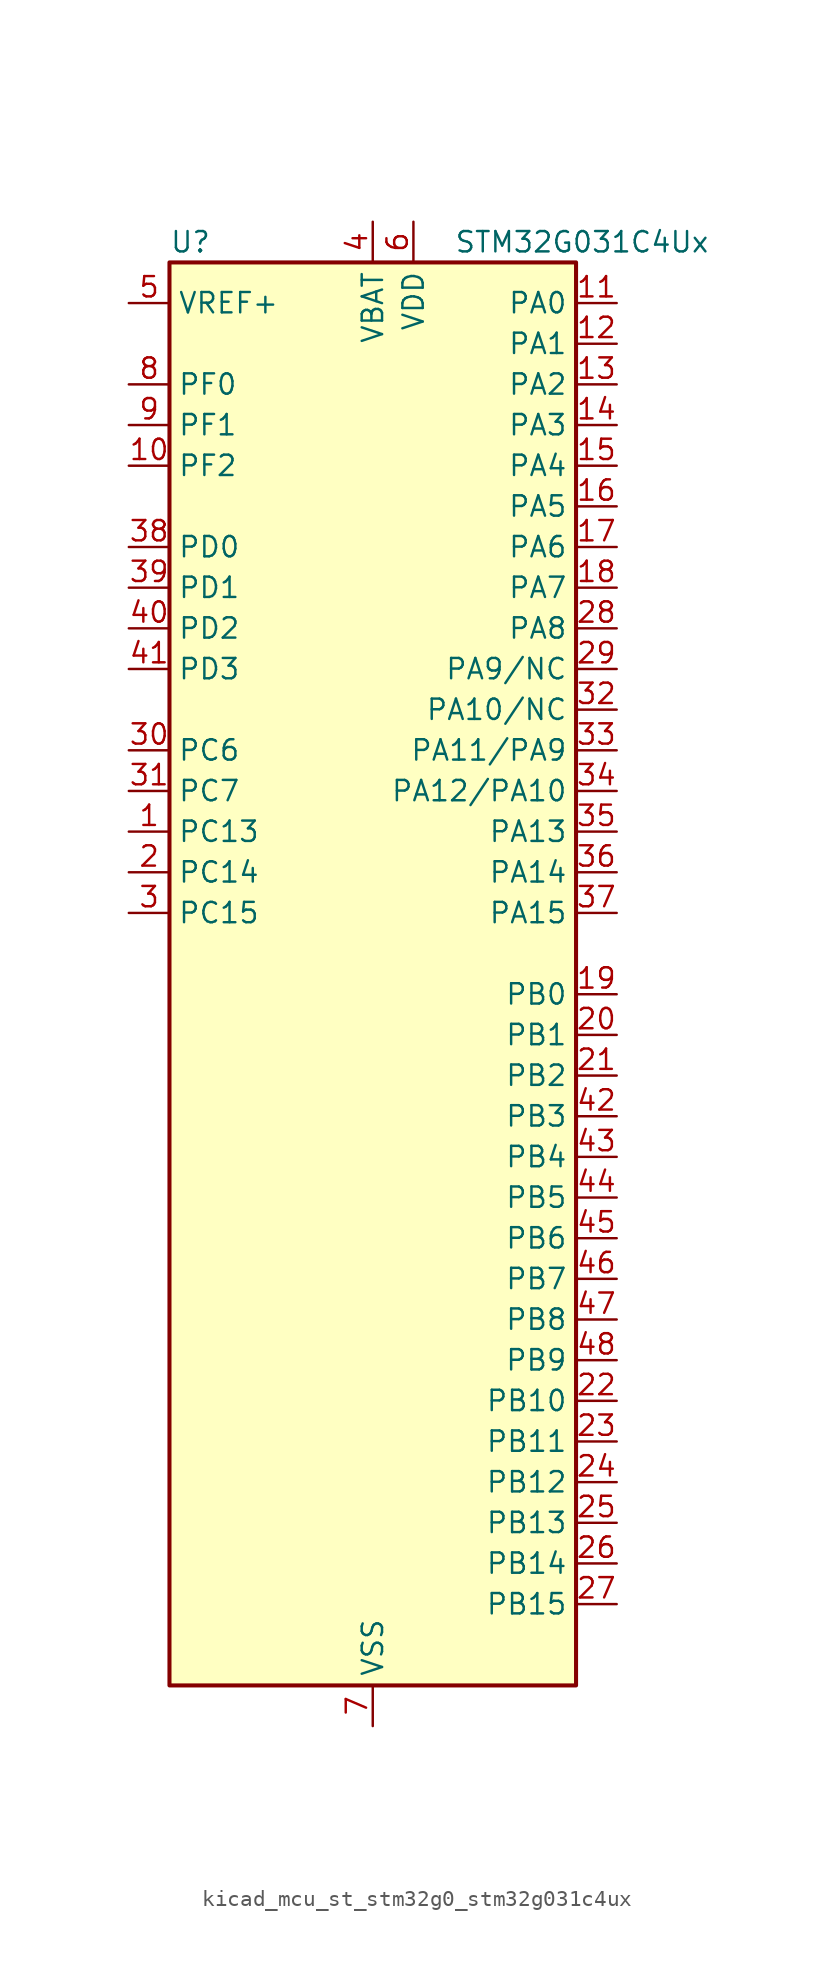
<source format=kicad_sym>
(kicad_symbol_lib
  (version 20220914)
  (generator kicad_symbol_editor)
  (symbol "kicad_mcu_st_stm32g0_stm32g031c4ux"
    (property "Reference" "U"
      (at -12.7 46.99 0)
      (effects (font (size 1.27 1.27)) (justify left)))
    (property "Value" "STM32G031C4Ux"
      (at 5.08 46.99 0)
      (effects (font (size 1.27 1.27)) (justify left)))
    (property "ki_locked" ""
      (at 0 0 0)
      (effects (font (size 1.27 1.27))))
    (symbol "kicad_mcu_st_stm32g0_stm32g031c4ux_0_1"
      (rectangle (start -12.7 -43.18) (end 12.7 45.72) (stroke (width 0.254) (type default)) (fill (type background))))
    (symbol "kicad_mcu_st_stm32g0_stm32g031c4ux_1_1"
      (pin bidirectional line (at -15.24 10.16 0) (length 2.54) (name "PC13" (effects (font (size 1.27 1.27)))) (number "1" (effects (font (size 1.27 1.27)))) (alternate "RTC_OUT_ALARM" bidirectional line) (alternate "RTC_OUT_CALIB" bidirectional line) (alternate "RTC_TAMP_IN1" bidirectional line) (alternate "RTC_TS" bidirectional line) (alternate "SYS_WKUP2" bidirectional line) (alternate "TIM1_BK" bidirectional line))
      (pin bidirectional line (at -15.24 33.02 0) (length 2.54) (name "PF2" (effects (font (size 1.27 1.27)))) (number "10" (effects (font (size 1.27 1.27)))) (alternate "RCC_MCO" bidirectional line))
      (pin bidirectional line (at 15.24 43.18 180) (length 2.54) (name "PA0" (effects (font (size 1.27 1.27)))) (number "11" (effects (font (size 1.27 1.27)))) (alternate "ADC1_IN0" bidirectional line) (alternate "LPTIM1_OUT" bidirectional line) (alternate "RTC_TAMP_IN2" bidirectional line) (alternate "SPI2_SCK" bidirectional line) (alternate "SYS_WKUP1" bidirectional line) (alternate "TIM2_CH1" bidirectional line) (alternate "TIM2_ETR" bidirectional line) (alternate "USART2_CTS" bidirectional line) (alternate "USART2_NSS" bidirectional line))
      (pin bidirectional line (at 15.24 40.64 180) (length 2.54) (name "PA1" (effects (font (size 1.27 1.27)))) (number "12" (effects (font (size 1.27 1.27)))) (alternate "ADC1_IN1" bidirectional line) (alternate "I2C1_SMBA" bidirectional line) (alternate "I2S1_CK" bidirectional line) (alternate "SPI1_SCK" bidirectional line) (alternate "TIM2_CH2" bidirectional line) (alternate "USART2_CK" bidirectional line) (alternate "USART2_DE" bidirectional line) (alternate "USART2_RTS" bidirectional line))
      (pin bidirectional line (at 15.24 38.1 180) (length 2.54) (name "PA2" (effects (font (size 1.27 1.27)))) (number "13" (effects (font (size 1.27 1.27)))) (alternate "ADC1_IN2" bidirectional line) (alternate "I2S1_SD" bidirectional line) (alternate "LPUART1_TX" bidirectional line) (alternate "RCC_LSCO" bidirectional line) (alternate "SPI1_MOSI" bidirectional line) (alternate "SYS_WKUP4" bidirectional line) (alternate "TIM2_CH3" bidirectional line) (alternate "USART2_TX" bidirectional line))
      (pin bidirectional line (at 15.24 35.56 180) (length 2.54) (name "PA3" (effects (font (size 1.27 1.27)))) (number "14" (effects (font (size 1.27 1.27)))) (alternate "ADC1_IN3" bidirectional line) (alternate "LPUART1_RX" bidirectional line) (alternate "SPI2_MISO" bidirectional line) (alternate "TIM2_CH4" bidirectional line) (alternate "USART2_RX" bidirectional line))
      (pin bidirectional line (at 15.24 33.02 180) (length 2.54) (name "PA4" (effects (font (size 1.27 1.27)))) (number "15" (effects (font (size 1.27 1.27)))) (alternate "ADC1_IN4" bidirectional line) (alternate "I2S1_WS" bidirectional line) (alternate "LPTIM2_OUT" bidirectional line) (alternate "RTC_OUT_ALARM" bidirectional line) (alternate "RTC_OUT_CALIB" bidirectional line) (alternate "SPI1_NSS" bidirectional line) (alternate "SPI2_MOSI" bidirectional line) (alternate "TIM14_CH1" bidirectional line))
      (pin bidirectional line (at 15.24 30.48 180) (length 2.54) (name "PA5" (effects (font (size 1.27 1.27)))) (number "16" (effects (font (size 1.27 1.27)))) (alternate "ADC1_IN5" bidirectional line) (alternate "I2S1_CK" bidirectional line) (alternate "LPTIM2_ETR" bidirectional line) (alternate "SPI1_SCK" bidirectional line) (alternate "TIM2_CH1" bidirectional line) (alternate "TIM2_ETR" bidirectional line))
      (pin bidirectional line (at 15.24 27.94 180) (length 2.54) (name "PA6" (effects (font (size 1.27 1.27)))) (number "17" (effects (font (size 1.27 1.27)))) (alternate "ADC1_IN6" bidirectional line) (alternate "I2S1_MCK" bidirectional line) (alternate "LPUART1_CTS" bidirectional line) (alternate "SPI1_MISO" bidirectional line) (alternate "TIM16_CH1" bidirectional line) (alternate "TIM1_BK" bidirectional line) (alternate "TIM3_CH1" bidirectional line))
      (pin bidirectional line (at 15.24 25.4 180) (length 2.54) (name "PA7" (effects (font (size 1.27 1.27)))) (number "18" (effects (font (size 1.27 1.27)))) (alternate "ADC1_IN7" bidirectional line) (alternate "I2S1_SD" bidirectional line) (alternate "SPI1_MOSI" bidirectional line) (alternate "TIM14_CH1" bidirectional line) (alternate "TIM17_CH1" bidirectional line) (alternate "TIM1_CH1N" bidirectional line) (alternate "TIM3_CH2" bidirectional line))
      (pin bidirectional line (at 15.24 0 180) (length 2.54) (name "PB0" (effects (font (size 1.27 1.27)))) (number "19" (effects (font (size 1.27 1.27)))) (alternate "ADC1_IN8" bidirectional line) (alternate "I2S1_WS" bidirectional line) (alternate "LPTIM1_OUT" bidirectional line) (alternate "SPI1_NSS" bidirectional line) (alternate "TIM1_CH2N" bidirectional line) (alternate "TIM3_CH3" bidirectional line))
      (pin bidirectional line (at -15.24 7.62 0) (length 2.54) (name "PC14" (effects (font (size 1.27 1.27)))) (number "2" (effects (font (size 1.27 1.27)))) (alternate "RCC_OSC32_IN" bidirectional line) (alternate "TIM1_BK2" bidirectional line))
      (pin bidirectional line (at 15.24 -2.54 180) (length 2.54) (name "PB1" (effects (font (size 1.27 1.27)))) (number "20" (effects (font (size 1.27 1.27)))) (alternate "ADC1_IN9" bidirectional line) (alternate "LPTIM2_IN1" bidirectional line) (alternate "LPUART1_DE" bidirectional line) (alternate "LPUART1_RTS" bidirectional line) (alternate "TIM14_CH1" bidirectional line) (alternate "TIM1_CH3N" bidirectional line) (alternate "TIM3_CH4" bidirectional line))
      (pin bidirectional line (at 15.24 -5.08 180) (length 2.54) (name "PB2" (effects (font (size 1.27 1.27)))) (number "21" (effects (font (size 1.27 1.27)))) (alternate "ADC1_IN10" bidirectional line) (alternate "LPTIM1_OUT" bidirectional line) (alternate "SPI2_MISO" bidirectional line))
      (pin bidirectional line (at 15.24 -25.4 180) (length 2.54) (name "PB10" (effects (font (size 1.27 1.27)))) (number "22" (effects (font (size 1.27 1.27)))) (alternate "ADC1_IN11" bidirectional line) (alternate "I2C2_SCL" bidirectional line) (alternate "LPUART1_RX" bidirectional line) (alternate "SPI2_SCK" bidirectional line) (alternate "TIM2_CH3" bidirectional line))
      (pin bidirectional line (at 15.24 -27.94 180) (length 2.54) (name "PB11" (effects (font (size 1.27 1.27)))) (number "23" (effects (font (size 1.27 1.27)))) (alternate "ADC1_EXTI11" bidirectional line) (alternate "ADC1_IN15" bidirectional line) (alternate "I2C2_SDA" bidirectional line) (alternate "LPUART1_TX" bidirectional line) (alternate "SPI2_MOSI" bidirectional line) (alternate "TIM2_CH4" bidirectional line))
      (pin bidirectional line (at 15.24 -30.48 180) (length 2.54) (name "PB12" (effects (font (size 1.27 1.27)))) (number "24" (effects (font (size 1.27 1.27)))) (alternate "ADC1_IN16" bidirectional line) (alternate "LPUART1_DE" bidirectional line) (alternate "LPUART1_RTS" bidirectional line) (alternate "SPI2_NSS" bidirectional line) (alternate "TIM1_BK" bidirectional line))
      (pin bidirectional line (at 15.24 -33.02 180) (length 2.54) (name "PB13" (effects (font (size 1.27 1.27)))) (number "25" (effects (font (size 1.27 1.27)))) (alternate "I2C2_SCL" bidirectional line) (alternate "LPUART1_CTS" bidirectional line) (alternate "SPI2_SCK" bidirectional line) (alternate "TIM1_CH1N" bidirectional line))
      (pin bidirectional line (at 15.24 -35.56 180) (length 2.54) (name "PB14" (effects (font (size 1.27 1.27)))) (number "26" (effects (font (size 1.27 1.27)))) (alternate "I2C2_SDA" bidirectional line) (alternate "SPI2_MISO" bidirectional line) (alternate "TIM1_CH2N" bidirectional line))
      (pin bidirectional line (at 15.24 -38.1 180) (length 2.54) (name "PB15" (effects (font (size 1.27 1.27)))) (number "27" (effects (font (size 1.27 1.27)))) (alternate "RTC_REFIN" bidirectional line) (alternate "SPI2_MOSI" bidirectional line) (alternate "TIM1_CH3N" bidirectional line))
      (pin bidirectional line (at 15.24 22.86 180) (length 2.54) (name "PA8" (effects (font (size 1.27 1.27)))) (number "28" (effects (font (size 1.27 1.27)))) (alternate "LPTIM2_OUT" bidirectional line) (alternate "RCC_MCO" bidirectional line) (alternate "SPI2_NSS" bidirectional line) (alternate "TIM1_CH1" bidirectional line))
      (pin bidirectional line (at 15.24 20.32 180) (length 2.54) (name "PA9/NC" (effects (font (size 1.27 1.27)))) (number "29" (effects (font (size 1.27 1.27)))) (alternate "I2C1_SCL" bidirectional line) (alternate "RCC_MCO" bidirectional line) (alternate "SPI2_MISO" bidirectional line) (alternate "TIM1_CH2" bidirectional line) (alternate "USART1_TX" bidirectional line))
      (pin bidirectional line (at -15.24 5.08 0) (length 2.54) (name "PC15" (effects (font (size 1.27 1.27)))) (number "3" (effects (font (size 1.27 1.27)))) (alternate "RCC_OSC32_EN" bidirectional line) (alternate "RCC_OSC32_OUT" bidirectional line) (alternate "RCC_OSC_EN" bidirectional line))
      (pin bidirectional line (at -15.24 15.24 0) (length 2.54) (name "PC6" (effects (font (size 1.27 1.27)))) (number "30" (effects (font (size 1.27 1.27)))) (alternate "TIM2_CH3" bidirectional line) (alternate "TIM3_CH1" bidirectional line))
      (pin bidirectional line (at -15.24 12.7 0) (length 2.54) (name "PC7" (effects (font (size 1.27 1.27)))) (number "31" (effects (font (size 1.27 1.27)))) (alternate "TIM2_CH4" bidirectional line) (alternate "TIM3_CH2" bidirectional line))
      (pin bidirectional line (at 15.24 17.78 180) (length 2.54) (name "PA10/NC" (effects (font (size 1.27 1.27)))) (number "32" (effects (font (size 1.27 1.27)))) (alternate "I2C1_SDA" bidirectional line) (alternate "SPI2_MOSI" bidirectional line) (alternate "TIM17_BK" bidirectional line) (alternate "TIM1_CH3" bidirectional line) (alternate "USART1_RX" bidirectional line))
      (pin bidirectional line (at 15.24 15.24 180) (length 2.54) (name "PA11/PA9" (effects (font (size 1.27 1.27)))) (number "33" (effects (font (size 1.27 1.27)))) (alternate "ADC1_EXTI11" bidirectional line) (alternate "I2C2_SCL" bidirectional line) (alternate "I2S1_MCK" bidirectional line) (alternate "SPI1_MISO" bidirectional line) (alternate "TIM1_BK2" bidirectional line) (alternate "TIM1_CH4" bidirectional line) (alternate "USART1_CTS" bidirectional line) (alternate "USART1_NSS" bidirectional line))
      (pin bidirectional line (at 15.24 12.7 180) (length 2.54) (name "PA12/PA10" (effects (font (size 1.27 1.27)))) (number "34" (effects (font (size 1.27 1.27)))) (alternate "I2C2_SDA" bidirectional line) (alternate "I2S1_SD" bidirectional line) (alternate "I2S_CKIN" bidirectional line) (alternate "SPI1_MOSI" bidirectional line) (alternate "TIM1_ETR" bidirectional line) (alternate "USART1_CK" bidirectional line) (alternate "USART1_DE" bidirectional line) (alternate "USART1_RTS" bidirectional line))
      (pin bidirectional line (at 15.24 10.16 180) (length 2.54) (name "PA13" (effects (font (size 1.27 1.27)))) (number "35" (effects (font (size 1.27 1.27)))) (alternate "ADC1_IN17" bidirectional line) (alternate "IR_OUT" bidirectional line) (alternate "SYS_SWDIO" bidirectional line))
      (pin bidirectional line (at 15.24 7.62 180) (length 2.54) (name "PA14" (effects (font (size 1.27 1.27)))) (number "36" (effects (font (size 1.27 1.27)))) (alternate "ADC1_IN18" bidirectional line) (alternate "SYS_SWCLK" bidirectional line) (alternate "USART2_TX" bidirectional line))
      (pin bidirectional line (at 15.24 5.08 180) (length 2.54) (name "PA15" (effects (font (size 1.27 1.27)))) (number "37" (effects (font (size 1.27 1.27)))) (alternate "I2S1_WS" bidirectional line) (alternate "SPI1_NSS" bidirectional line) (alternate "TIM2_CH1" bidirectional line) (alternate "TIM2_ETR" bidirectional line) (alternate "USART2_RX" bidirectional line))
      (pin bidirectional line (at -15.24 27.94 0) (length 2.54) (name "PD0" (effects (font (size 1.27 1.27)))) (number "38" (effects (font (size 1.27 1.27)))) (alternate "SPI2_NSS" bidirectional line) (alternate "TIM16_CH1" bidirectional line))
      (pin bidirectional line (at -15.24 25.4 0) (length 2.54) (name "PD1" (effects (font (size 1.27 1.27)))) (number "39" (effects (font (size 1.27 1.27)))) (alternate "SPI2_SCK" bidirectional line) (alternate "TIM17_CH1" bidirectional line))
      (pin power_in line (at 0 48.26 270) (length 2.54) (name "VBAT" (effects (font (size 1.27 1.27)))) (number "4" (effects (font (size 1.27 1.27)))))
      (pin bidirectional line (at -15.24 22.86 0) (length 2.54) (name "PD2" (effects (font (size 1.27 1.27)))) (number "40" (effects (font (size 1.27 1.27)))) (alternate "TIM1_CH1N" bidirectional line) (alternate "TIM3_ETR" bidirectional line))
      (pin bidirectional line (at -15.24 20.32 0) (length 2.54) (name "PD3" (effects (font (size 1.27 1.27)))) (number "41" (effects (font (size 1.27 1.27)))) (alternate "SPI2_MISO" bidirectional line) (alternate "TIM1_CH2N" bidirectional line) (alternate "USART2_CTS" bidirectional line) (alternate "USART2_NSS" bidirectional line))
      (pin bidirectional line (at 15.24 -7.62 180) (length 2.54) (name "PB3" (effects (font (size 1.27 1.27)))) (number "42" (effects (font (size 1.27 1.27)))) (alternate "I2S1_CK" bidirectional line) (alternate "SPI1_SCK" bidirectional line) (alternate "TIM1_CH2" bidirectional line) (alternate "TIM2_CH2" bidirectional line) (alternate "USART1_CK" bidirectional line) (alternate "USART1_DE" bidirectional line) (alternate "USART1_RTS" bidirectional line))
      (pin bidirectional line (at 15.24 -10.16 180) (length 2.54) (name "PB4" (effects (font (size 1.27 1.27)))) (number "43" (effects (font (size 1.27 1.27)))) (alternate "I2S1_MCK" bidirectional line) (alternate "SPI1_MISO" bidirectional line) (alternate "TIM17_BK" bidirectional line) (alternate "TIM3_CH1" bidirectional line) (alternate "USART1_CTS" bidirectional line) (alternate "USART1_NSS" bidirectional line))
      (pin bidirectional line (at 15.24 -12.7 180) (length 2.54) (name "PB5" (effects (font (size 1.27 1.27)))) (number "44" (effects (font (size 1.27 1.27)))) (alternate "I2C1_SMBA" bidirectional line) (alternate "I2S1_SD" bidirectional line) (alternate "LPTIM1_IN1" bidirectional line) (alternate "SPI1_MOSI" bidirectional line) (alternate "SYS_WKUP6" bidirectional line) (alternate "TIM16_BK" bidirectional line) (alternate "TIM3_CH2" bidirectional line))
      (pin bidirectional line (at 15.24 -15.24 180) (length 2.54) (name "PB6" (effects (font (size 1.27 1.27)))) (number "45" (effects (font (size 1.27 1.27)))) (alternate "I2C1_SCL" bidirectional line) (alternate "LPTIM1_ETR" bidirectional line) (alternate "SPI2_MISO" bidirectional line) (alternate "TIM16_CH1N" bidirectional line) (alternate "TIM1_CH3" bidirectional line) (alternate "USART1_TX" bidirectional line))
      (pin bidirectional line (at 15.24 -17.78 180) (length 2.54) (name "PB7" (effects (font (size 1.27 1.27)))) (number "46" (effects (font (size 1.27 1.27)))) (alternate "I2C1_SDA" bidirectional line) (alternate "LPTIM1_IN2" bidirectional line) (alternate "SPI2_MOSI" bidirectional line) (alternate "SYS_PVD_IN" bidirectional line) (alternate "TIM17_CH1N" bidirectional line) (alternate "USART1_RX" bidirectional line))
      (pin bidirectional line (at 15.24 -20.32 180) (length 2.54) (name "PB8" (effects (font (size 1.27 1.27)))) (number "47" (effects (font (size 1.27 1.27)))) (alternate "I2C1_SCL" bidirectional line) (alternate "SPI2_SCK" bidirectional line) (alternate "TIM16_CH1" bidirectional line))
      (pin bidirectional line (at 15.24 -22.86 180) (length 2.54) (name "PB9" (effects (font (size 1.27 1.27)))) (number "48" (effects (font (size 1.27 1.27)))) (alternate "I2C1_SDA" bidirectional line) (alternate "IR_OUT" bidirectional line) (alternate "SPI2_NSS" bidirectional line) (alternate "TIM17_CH1" bidirectional line))
      (pin passive line (at 0 -45.72 90) (length 2.54) hide (name "VSS" (effects (font (size 1.27 1.27)))) (number "49" (effects (font (size 1.27 1.27)))))
      (pin input line (at -15.24 43.18 0) (length 2.54) (name "VREF+" (effects (font (size 1.27 1.27)))) (number "5" (effects (font (size 1.27 1.27)))) (alternate "VREFBUF_OUT" bidirectional line))
      (pin power_in line (at 2.54 48.26 270) (length 2.54) (name "VDD" (effects (font (size 1.27 1.27)))) (number "6" (effects (font (size 1.27 1.27)))))
      (pin power_in line (at 0 -45.72 90) (length 2.54) (name "VSS" (effects (font (size 1.27 1.27)))) (number "7" (effects (font (size 1.27 1.27)))))
      (pin bidirectional line (at -15.24 38.1 0) (length 2.54) (name "PF0" (effects (font (size 1.27 1.27)))) (number "8" (effects (font (size 1.27 1.27)))) (alternate "RCC_OSC_IN" bidirectional line) (alternate "TIM14_CH1" bidirectional line))
      (pin bidirectional line (at -15.24 35.56 0) (length 2.54) (name "PF1" (effects (font (size 1.27 1.27)))) (number "9" (effects (font (size 1.27 1.27)))) (alternate "RCC_OSC_EN" bidirectional line) (alternate "RCC_OSC_OUT" bidirectional line)))))
</source>
